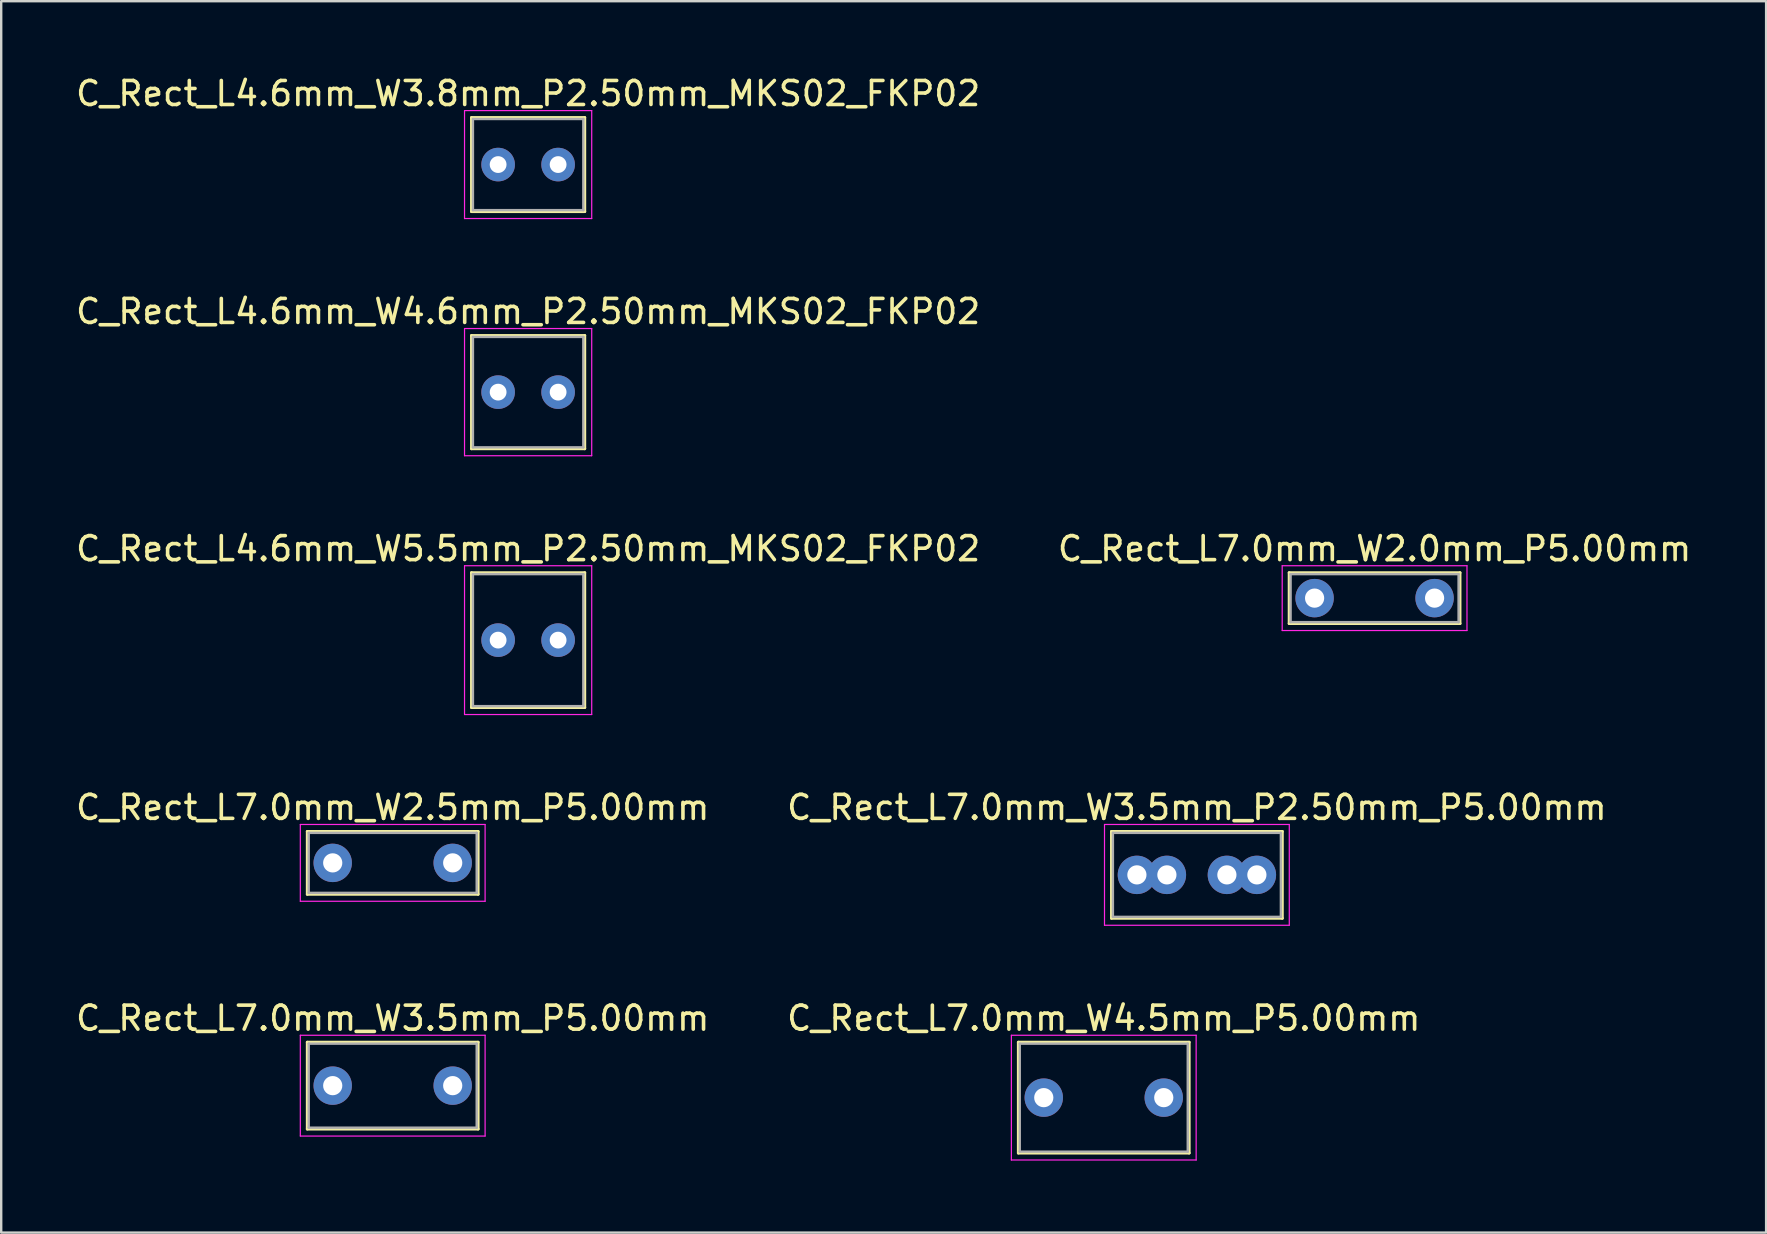
<source format=kicad_pcb>
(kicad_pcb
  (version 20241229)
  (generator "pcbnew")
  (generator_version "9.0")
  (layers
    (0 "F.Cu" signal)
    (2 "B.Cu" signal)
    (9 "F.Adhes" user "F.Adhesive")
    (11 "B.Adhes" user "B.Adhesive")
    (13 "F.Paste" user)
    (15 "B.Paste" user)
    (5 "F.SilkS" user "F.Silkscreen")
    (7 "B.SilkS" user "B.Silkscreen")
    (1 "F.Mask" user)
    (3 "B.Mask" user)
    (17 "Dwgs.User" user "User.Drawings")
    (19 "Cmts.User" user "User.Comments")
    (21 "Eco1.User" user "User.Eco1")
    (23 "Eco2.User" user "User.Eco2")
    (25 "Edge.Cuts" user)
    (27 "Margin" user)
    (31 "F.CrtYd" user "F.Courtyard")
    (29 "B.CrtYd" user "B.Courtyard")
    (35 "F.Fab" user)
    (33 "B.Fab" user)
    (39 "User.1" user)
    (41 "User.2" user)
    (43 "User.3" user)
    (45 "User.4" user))
  (footprint "C_Rect_L7.0mm_W3.5mm_P2.50mm_P5.00mm"
    (layer "F.Cu")
    (at 44.327 33.408)
    (property "Reference" "C_Rect_L7.0mm_W3.5mm_P2.50mm_P5.00mm" (at 2.5 -2.81 0) (layer "F.SilkS") (effects (font (size 1 1) (thickness 0.15))))
    (attr through_hole)
    (fp_line (start -1.06 -1.81) (end -1.06 1.81) (stroke (width 0.12) (type solid)) (layer "F.SilkS"))
    (fp_line (start -1.06 -1.81) (end 6.06 -1.81) (stroke (width 0.12) (type solid)) (layer "F.SilkS"))
    (fp_line (start -1.06 1.81) (end 6.06 1.81) (stroke (width 0.12) (type solid)) (layer "F.SilkS"))
    (fp_line (start 6.06 -1.81) (end 6.06 1.81) (stroke (width 0.12) (type solid)) (layer "F.SilkS"))
    (fp_line (start -1.35 -2.1) (end -1.35 2.1) (stroke (width 0.05) (type solid)) (layer "F.CrtYd"))
    (fp_line (start -1.35 2.1) (end 6.35 2.1) (stroke (width 0.05) (type solid)) (layer "F.CrtYd"))
    (fp_line (start 6.35 -2.1) (end -1.35 -2.1) (stroke (width 0.05) (type solid)) (layer "F.CrtYd"))
    (fp_line (start 6.35 2.1) (end 6.35 -2.1) (stroke (width 0.05) (type solid)) (layer "F.CrtYd"))
    (fp_line (start -1 -1.75) (end -1 1.75) (stroke (width 0.1) (type solid)) (layer "F.Fab"))
    (fp_line (start -1 1.75) (end 6 1.75) (stroke (width 0.1) (type solid)) (layer "F.Fab"))
    (fp_line (start 6 -1.75) (end -1 -1.75) (stroke (width 0.1) (type solid)) (layer "F.Fab"))
    (fp_line (start 6 1.75) (end 6 -1.75) (stroke (width 0.1) (type solid)) (layer "F.Fab"))
    (pad "1" thru_hole circle (at 0 0) (size 1.6 1.6) (drill 0.8) (layers "*.Cu" "*.Mask"))
    (pad "1" thru_hole circle (at 1.25 0) (size 1.6 1.6) (drill 0.8) (layers "*.Cu" "*.Mask"))
    (pad "2" thru_hole circle (at 3.75 0) (size 1.6 1.6) (drill 0.8) (layers "*.Cu" "*.Mask"))
    (pad "2" thru_hole circle (at 5 0) (size 1.6 1.6) (drill 0.8) (layers "*.Cu" "*.Mask")))
  (footprint "C_Rect_L7.0mm_W4.5mm_P5.00mm"
    (layer "F.Cu")
    (at 40.446 42.691)
    (property "Reference" "C_Rect_L7.0mm_W4.5mm_P5.00mm" (at 2.5 -3.31 0) (layer "F.SilkS") (effects (font (size 1 1) (thickness 0.15))))
    (attr through_hole)
    (fp_line (start -1.06 -2.31) (end -1.06 2.31) (stroke (width 0.12) (type solid)) (layer "F.SilkS"))
    (fp_line (start -1.06 -2.31) (end 6.06 -2.31) (stroke (width 0.12) (type solid)) (layer "F.SilkS"))
    (fp_line (start -1.06 2.31) (end 6.06 2.31) (stroke (width 0.12) (type solid)) (layer "F.SilkS"))
    (fp_line (start 6.06 -2.31) (end 6.06 2.31) (stroke (width 0.12) (type solid)) (layer "F.SilkS"))
    (fp_line (start -1.35 -2.6) (end -1.35 2.6) (stroke (width 0.05) (type solid)) (layer "F.CrtYd"))
    (fp_line (start -1.35 2.6) (end 6.35 2.6) (stroke (width 0.05) (type solid)) (layer "F.CrtYd"))
    (fp_line (start 6.35 -2.6) (end -1.35 -2.6) (stroke (width 0.05) (type solid)) (layer "F.CrtYd"))
    (fp_line (start 6.35 2.6) (end 6.35 -2.6) (stroke (width 0.05) (type solid)) (layer "F.CrtYd"))
    (fp_line (start -1 -2.25) (end -1 2.25) (stroke (width 0.1) (type solid)) (layer "F.Fab"))
    (fp_line (start -1 2.25) (end 6 2.25) (stroke (width 0.1) (type solid)) (layer "F.Fab"))
    (fp_line (start 6 -2.25) (end -1 -2.25) (stroke (width 0.1) (type solid)) (layer "F.Fab"))
    (fp_line (start 6 2.25) (end 6 -2.25) (stroke (width 0.1) (type solid)) (layer "F.Fab"))
    (pad "1" thru_hole circle (at 0 0) (size 1.6 1.6) (drill 0.8) (layers "*.Cu" "*.Mask"))
    (pad "2" thru_hole circle (at 5 0) (size 1.6 1.6) (drill 0.8) (layers "*.Cu" "*.Mask")))
  (footprint "C_Rect_L7.0mm_W2.5mm_P5.00mm"
    (layer "F.Cu")
    (at 10.815 32.908)
    (property "Reference" "C_Rect_L7.0mm_W2.5mm_P5.00mm" (at 2.5 -2.31 0) (layer "F.SilkS") (effects (font (size 1 1) (thickness 0.15))))
    (attr through_hole)
    (fp_line (start -1.06 -1.31) (end -1.06 1.31) (stroke (width 0.12) (type solid)) (layer "F.SilkS"))
    (fp_line (start -1.06 -1.31) (end 6.06 -1.31) (stroke (width 0.12) (type solid)) (layer "F.SilkS"))
    (fp_line (start -1.06 1.31) (end 6.06 1.31) (stroke (width 0.12) (type solid)) (layer "F.SilkS"))
    (fp_line (start 6.06 -1.31) (end 6.06 1.31) (stroke (width 0.12) (type solid)) (layer "F.SilkS"))
    (fp_line (start -1.35 -1.6) (end -1.35 1.6) (stroke (width 0.05) (type solid)) (layer "F.CrtYd"))
    (fp_line (start -1.35 1.6) (end 6.35 1.6) (stroke (width 0.05) (type solid)) (layer "F.CrtYd"))
    (fp_line (start 6.35 -1.6) (end -1.35 -1.6) (stroke (width 0.05) (type solid)) (layer "F.CrtYd"))
    (fp_line (start 6.35 1.6) (end 6.35 -1.6) (stroke (width 0.05) (type solid)) (layer "F.CrtYd"))
    (fp_line (start -1 -1.25) (end -1 1.25) (stroke (width 0.1) (type solid)) (layer "F.Fab"))
    (fp_line (start -1 1.25) (end 6 1.25) (stroke (width 0.1) (type solid)) (layer "F.Fab"))
    (fp_line (start 6 -1.25) (end -1 -1.25) (stroke (width 0.1) (type solid)) (layer "F.Fab"))
    (fp_line (start 6 1.25) (end 6 -1.25) (stroke (width 0.1) (type solid)) (layer "F.Fab"))
    (pad "1" thru_hole circle (at 0 0) (size 1.6 1.6) (drill 0.8) (layers "*.Cu" "*.Mask"))
    (pad "2" thru_hole circle (at 5 0) (size 1.6 1.6) (drill 0.8) (layers "*.Cu" "*.Mask")))
  (footprint "C_Rect_L7.0mm_W3.5mm_P5.00mm"
    (layer "F.Cu")
    (at 10.815 42.191)
    (property "Reference" "C_Rect_L7.0mm_W3.5mm_P5.00mm" (at 2.5 -2.81 0) (layer "F.SilkS") (effects (font (size 1 1) (thickness 0.15))))
    (attr through_hole)
    (fp_line (start -1.06 -1.81) (end -1.06 1.81) (stroke (width 0.12) (type solid)) (layer "F.SilkS"))
    (fp_line (start -1.06 -1.81) (end 6.06 -1.81) (stroke (width 0.12) (type solid)) (layer "F.SilkS"))
    (fp_line (start -1.06 1.81) (end 6.06 1.81) (stroke (width 0.12) (type solid)) (layer "F.SilkS"))
    (fp_line (start 6.06 -1.81) (end 6.06 1.81) (stroke (width 0.12) (type solid)) (layer "F.SilkS"))
    (fp_line (start -1.35 -2.1) (end -1.35 2.1) (stroke (width 0.05) (type solid)) (layer "F.CrtYd"))
    (fp_line (start -1.35 2.1) (end 6.35 2.1) (stroke (width 0.05) (type solid)) (layer "F.CrtYd"))
    (fp_line (start 6.35 -2.1) (end -1.35 -2.1) (stroke (width 0.05) (type solid)) (layer "F.CrtYd"))
    (fp_line (start 6.35 2.1) (end 6.35 -2.1) (stroke (width 0.05) (type solid)) (layer "F.CrtYd"))
    (fp_line (start -1 -1.75) (end -1 1.75) (stroke (width 0.1) (type solid)) (layer "F.Fab"))
    (fp_line (start -1 1.75) (end 6 1.75) (stroke (width 0.1) (type solid)) (layer "F.Fab"))
    (fp_line (start 6 -1.75) (end -1 -1.75) (stroke (width 0.1) (type solid)) (layer "F.Fab"))
    (fp_line (start 6 1.75) (end 6 -1.75) (stroke (width 0.1) (type solid)) (layer "F.Fab"))
    (pad "1" thru_hole circle (at 0 0) (size 1.6 1.6) (drill 0.8) (layers "*.Cu" "*.Mask"))
    (pad "2" thru_hole circle (at 5 0) (size 1.6 1.6) (drill 0.8) (layers "*.Cu" "*.Mask")))
  (footprint "C_Rect_L4.6mm_W5.5mm_P2.50mm_MKS02_FKP02"
    (layer "F.Cu")
    (at 17.708 23.625)
    (property "Reference" "C_Rect_L4.6mm_W5.5mm_P2.50mm_MKS02_FKP02" (at 1.25 -3.81 0) (layer "F.SilkS") (effects (font (size 1 1) (thickness 0.15))))
    (attr through_hole)
    (fp_line (start -1.11 -2.81) (end -1.11 2.81) (stroke (width 0.12) (type solid)) (layer "F.SilkS"))
    (fp_line (start -1.11 -2.81) (end 3.61 -2.81) (stroke (width 0.12) (type solid)) (layer "F.SilkS"))
    (fp_line (start -1.11 2.81) (end 3.61 2.81) (stroke (width 0.12) (type solid)) (layer "F.SilkS"))
    (fp_line (start 3.61 -2.81) (end 3.61 2.81) (stroke (width 0.12) (type solid)) (layer "F.SilkS"))
    (fp_line (start -1.4 -3.1) (end -1.4 3.1) (stroke (width 0.05) (type solid)) (layer "F.CrtYd"))
    (fp_line (start -1.4 3.1) (end 3.9 3.1) (stroke (width 0.05) (type solid)) (layer "F.CrtYd"))
    (fp_line (start 3.9 -3.1) (end -1.4 -3.1) (stroke (width 0.05) (type solid)) (layer "F.CrtYd"))
    (fp_line (start 3.9 3.1) (end 3.9 -3.1) (stroke (width 0.05) (type solid)) (layer "F.CrtYd"))
    (fp_line (start -1.05 -2.75) (end -1.05 2.75) (stroke (width 0.1) (type solid)) (layer "F.Fab"))
    (fp_line (start -1.05 2.75) (end 3.55 2.75) (stroke (width 0.1) (type solid)) (layer "F.Fab"))
    (fp_line (start 3.55 -2.75) (end -1.05 -2.75) (stroke (width 0.1) (type solid)) (layer "F.Fab"))
    (fp_line (start 3.55 2.75) (end 3.55 -2.75) (stroke (width 0.1) (type solid)) (layer "F.Fab"))
    (pad "1" thru_hole circle (at 0 0) (size 1.4 1.4) (drill 0.7) (layers "*.Cu" "*.Mask"))
    (pad "2" thru_hole circle (at 2.5 0) (size 1.4 1.4) (drill 0.7) (layers "*.Cu" "*.Mask")))
  (footprint "C_Rect_L4.6mm_W3.8mm_P2.50mm_MKS02_FKP02"
    (layer "F.Cu")
    (at 17.708 3.808)
    (property "Reference" "C_Rect_L4.6mm_W3.8mm_P2.50mm_MKS02_FKP02" (at 1.25 -2.96 0) (layer "F.SilkS") (effects (font (size 1 1) (thickness 0.15))))
    (attr through_hole)
    (fp_line (start -1.11 -1.96) (end -1.11 1.96) (stroke (width 0.12) (type solid)) (layer "F.SilkS"))
    (fp_line (start -1.11 -1.96) (end 3.61 -1.96) (stroke (width 0.12) (type solid)) (layer "F.SilkS"))
    (fp_line (start -1.11 1.96) (end 3.61 1.96) (stroke (width 0.12) (type solid)) (layer "F.SilkS"))
    (fp_line (start 3.61 -1.96) (end 3.61 1.96) (stroke (width 0.12) (type solid)) (layer "F.SilkS"))
    (fp_line (start -1.4 -2.25) (end -1.4 2.25) (stroke (width 0.05) (type solid)) (layer "F.CrtYd"))
    (fp_line (start -1.4 2.25) (end 3.9 2.25) (stroke (width 0.05) (type solid)) (layer "F.CrtYd"))
    (fp_line (start 3.9 -2.25) (end -1.4 -2.25) (stroke (width 0.05) (type solid)) (layer "F.CrtYd"))
    (fp_line (start 3.9 2.25) (end 3.9 -2.25) (stroke (width 0.05) (type solid)) (layer "F.CrtYd"))
    (fp_line (start -1.05 -1.9) (end -1.05 1.9) (stroke (width 0.1) (type solid)) (layer "F.Fab"))
    (fp_line (start -1.05 1.9) (end 3.55 1.9) (stroke (width 0.1) (type solid)) (layer "F.Fab"))
    (fp_line (start 3.55 -1.9) (end -1.05 -1.9) (stroke (width 0.1) (type solid)) (layer "F.Fab"))
    (fp_line (start 3.55 1.9) (end 3.55 -1.9) (stroke (width 0.1) (type solid)) (layer "F.Fab"))
    (pad "1" thru_hole circle (at 0 0) (size 1.4 1.4) (drill 0.7) (layers "*.Cu" "*.Mask"))
    (pad "2" thru_hole circle (at 2.5 0) (size 1.4 1.4) (drill 0.7) (layers "*.Cu" "*.Mask")))
  (footprint "C_Rect_L7.0mm_W2.0mm_P5.00mm"
    (layer "F.Cu")
    (at 51.732 21.875)
    (property "Reference" "C_Rect_L7.0mm_W2.0mm_P5.00mm" (at 2.5 -2.06 0) (layer "F.SilkS") (effects (font (size 1 1) (thickness 0.15))))
    (attr through_hole)
    (fp_line (start -1.06 -1.06) (end -1.06 1.06) (stroke (width 0.12) (type solid)) (layer "F.SilkS"))
    (fp_line (start -1.06 -1.06) (end 6.06 -1.06) (stroke (width 0.12) (type solid)) (layer "F.SilkS"))
    (fp_line (start -1.06 1.06) (end 6.06 1.06) (stroke (width 0.12) (type solid)) (layer "F.SilkS"))
    (fp_line (start 6.06 -1.06) (end 6.06 1.06) (stroke (width 0.12) (type solid)) (layer "F.SilkS"))
    (fp_line (start -1.35 -1.35) (end -1.35 1.35) (stroke (width 0.05) (type solid)) (layer "F.CrtYd"))
    (fp_line (start -1.35 1.35) (end 6.35 1.35) (stroke (width 0.05) (type solid)) (layer "F.CrtYd"))
    (fp_line (start 6.35 -1.35) (end -1.35 -1.35) (stroke (width 0.05) (type solid)) (layer "F.CrtYd"))
    (fp_line (start 6.35 1.35) (end 6.35 -1.35) (stroke (width 0.05) (type solid)) (layer "F.CrtYd"))
    (fp_line (start -1 -1) (end -1 1) (stroke (width 0.1) (type solid)) (layer "F.Fab"))
    (fp_line (start -1 1) (end 6 1) (stroke (width 0.1) (type solid)) (layer "F.Fab"))
    (fp_line (start 6 -1) (end -1 -1) (stroke (width 0.1) (type solid)) (layer "F.Fab"))
    (fp_line (start 6 1) (end 6 -1) (stroke (width 0.1) (type solid)) (layer "F.Fab"))
    (pad "1" thru_hole circle (at 0 0) (size 1.6 1.6) (drill 0.8) (layers "*.Cu" "*.Mask"))
    (pad "2" thru_hole circle (at 5 0) (size 1.6 1.6) (drill 0.8) (layers "*.Cu" "*.Mask")))
  (footprint "C_Rect_L4.6mm_W4.6mm_P2.50mm_MKS02_FKP02"
    (layer "F.Cu")
    (at 17.708 13.291)
    (property "Reference" "C_Rect_L4.6mm_W4.6mm_P2.50mm_MKS02_FKP02" (at 1.25 -3.36 0) (layer "F.SilkS") (effects (font (size 1 1) (thickness 0.15))))
    (attr through_hole)
    (fp_line (start -1.11 -2.36) (end -1.11 2.36) (stroke (width 0.12) (type solid)) (layer "F.SilkS"))
    (fp_line (start -1.11 -2.36) (end 3.61 -2.36) (stroke (width 0.12) (type solid)) (layer "F.SilkS"))
    (fp_line (start -1.11 2.36) (end 3.61 2.36) (stroke (width 0.12) (type solid)) (layer "F.SilkS"))
    (fp_line (start 3.61 -2.36) (end 3.61 2.36) (stroke (width 0.12) (type solid)) (layer "F.SilkS"))
    (fp_line (start -1.4 -2.65) (end -1.4 2.65) (stroke (width 0.05) (type solid)) (layer "F.CrtYd"))
    (fp_line (start -1.4 2.65) (end 3.9 2.65) (stroke (width 0.05) (type solid)) (layer "F.CrtYd"))
    (fp_line (start 3.9 -2.65) (end -1.4 -2.65) (stroke (width 0.05) (type solid)) (layer "F.CrtYd"))
    (fp_line (start 3.9 2.65) (end 3.9 -2.65) (stroke (width 0.05) (type solid)) (layer "F.CrtYd"))
    (fp_line (start -1.05 -2.3) (end -1.05 2.3) (stroke (width 0.1) (type solid)) (layer "F.Fab"))
    (fp_line (start -1.05 2.3) (end 3.55 2.3) (stroke (width 0.1) (type solid)) (layer "F.Fab"))
    (fp_line (start 3.55 -2.3) (end -1.05 -2.3) (stroke (width 0.1) (type solid)) (layer "F.Fab"))
    (fp_line (start 3.55 2.3) (end 3.55 -2.3) (stroke (width 0.1) (type solid)) (layer "F.Fab"))
    (pad "1" thru_hole circle (at 0 0) (size 1.4 1.4) (drill 0.7) (layers "*.Cu" "*.Mask"))
    (pad "2" thru_hole circle (at 2.5 0) (size 1.4 1.4) (drill 0.7) (layers "*.Cu" "*.Mask")))
  (gr_rect
    (start -3 -3)
    (end 70.548 48.316)
    (stroke (width 0.1) (type default))
    (fill no)
    (layer "Edge.Cuts")))
</source>
